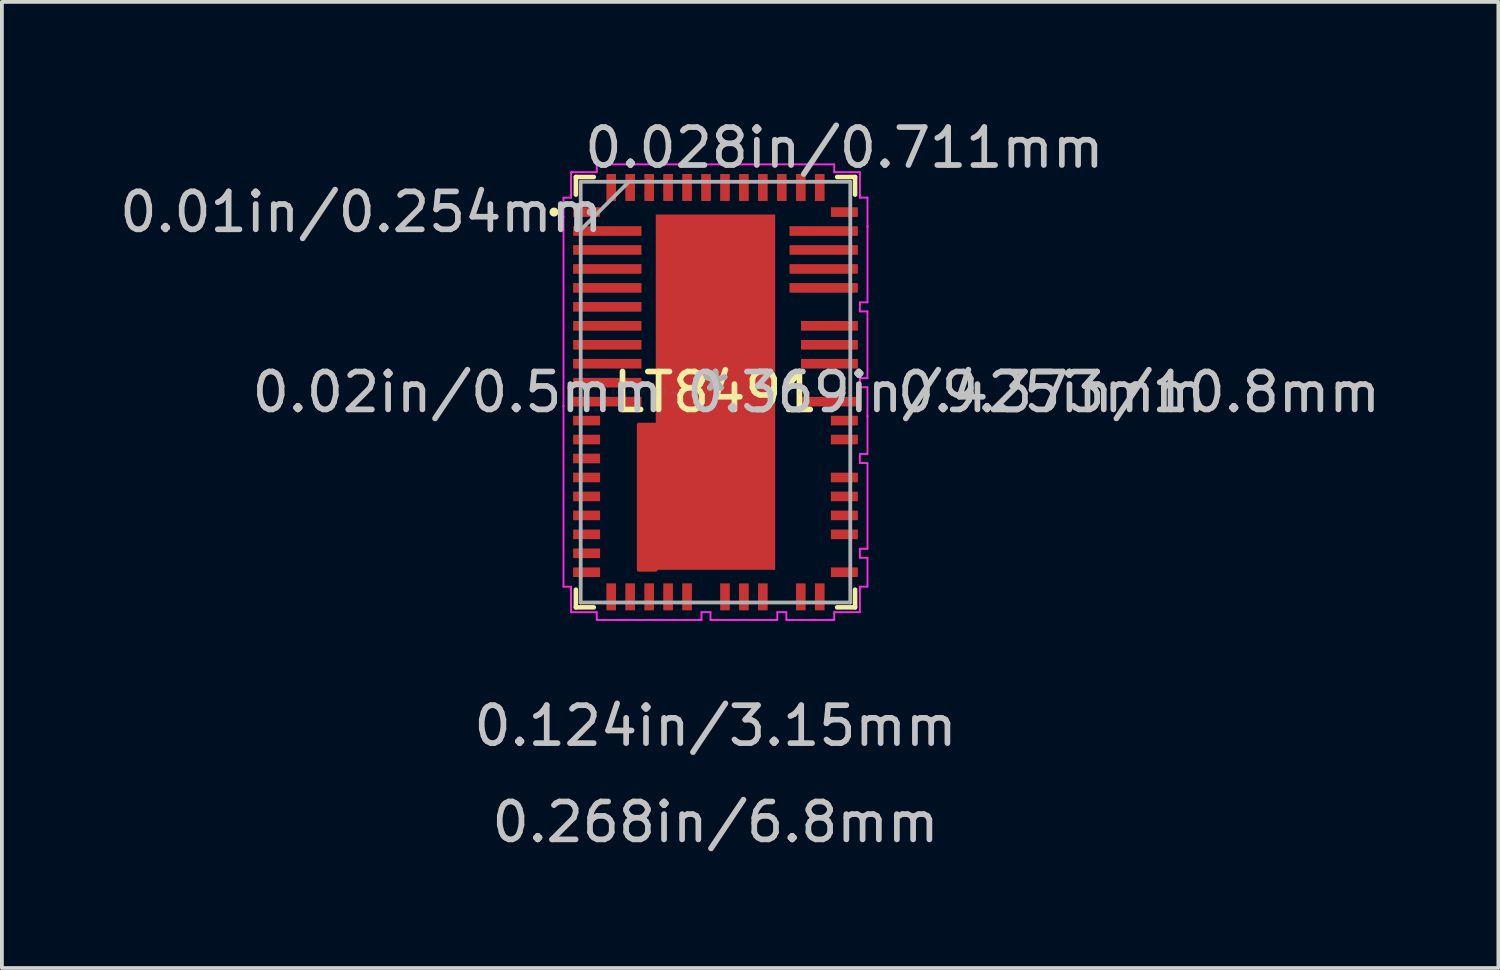
<source format=kicad_pcb>
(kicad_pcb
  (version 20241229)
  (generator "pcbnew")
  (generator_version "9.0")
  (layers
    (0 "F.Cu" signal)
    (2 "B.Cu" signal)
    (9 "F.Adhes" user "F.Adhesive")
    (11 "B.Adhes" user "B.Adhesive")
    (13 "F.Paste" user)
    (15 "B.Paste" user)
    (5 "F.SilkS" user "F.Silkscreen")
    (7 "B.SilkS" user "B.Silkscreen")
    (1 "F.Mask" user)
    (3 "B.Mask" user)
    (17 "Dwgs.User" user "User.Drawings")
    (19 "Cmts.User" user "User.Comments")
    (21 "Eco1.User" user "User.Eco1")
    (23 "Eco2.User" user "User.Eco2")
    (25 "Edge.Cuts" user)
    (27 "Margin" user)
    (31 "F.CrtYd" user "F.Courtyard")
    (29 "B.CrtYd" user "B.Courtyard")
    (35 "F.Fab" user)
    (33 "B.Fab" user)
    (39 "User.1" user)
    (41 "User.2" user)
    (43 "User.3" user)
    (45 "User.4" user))
  (footprint "LT8491"
    (layer "F.Cu")
    (at 15.826 7.296)
    (property "Reference" "LT8491" (at 0 0 0) (layer "F.SilkS") (effects (font (size 1 1) (thickness 0.15))))
    (attr through_hole)
    (fp_poly (pts (xy -1.575 4.686) (xy -2.025 4.686) (xy -2.025 0.856) (xy -1.575 0.856)) (stroke (width 0.1) (type solid)) (fill yes) (layer "F.Cu"))
    (fp_poly (pts (xy -1.575 4.686) (xy -2.025 4.686) (xy -2.025 0.856) (xy -1.575 0.856)) (stroke (width 0.1) (type solid)) (fill yes) (layer "F.Mask"))
    (fp_line (start -3.683 -5.677) (end -3.21 -5.677) (stroke (width 0.12) (type solid)) (layer "F.SilkS"))
    (fp_line (start -3.683 -5.211) (end -3.683 -5.677) (stroke (width 0.12) (type solid)) (layer "F.SilkS"))
    (fp_line (start -3.683 5.677) (end -3.683 5.211) (stroke (width 0.12) (type solid)) (layer "F.SilkS"))
    (fp_line (start -3.21 5.677) (end -3.683 5.677) (stroke (width 0.12) (type solid)) (layer "F.SilkS"))
    (fp_line (start 3.21 -5.677) (end 3.683 -5.677) (stroke (width 0.12) (type solid)) (layer "F.SilkS"))
    (fp_line (start 3.683 -5.677) (end 3.683 -5.211) (stroke (width 0.12) (type solid)) (layer "F.SilkS"))
    (fp_line (start 3.683 5.211) (end 3.683 5.677) (stroke (width 0.12) (type solid)) (layer "F.SilkS"))
    (fp_line (start 3.683 5.677) (end 3.21 5.677) (stroke (width 0.12) (type solid)) (layer "F.SilkS"))
    (fp_circle (center -4.26 -4.751) (end -4.26 -4.751) (stroke (width 0.12) (type solid)) (fill no) (layer "F.SilkS"))
    (fp_poly (pts (xy -1.575 4.686) (xy -2.025 4.686) (xy -2.025 0.856) (xy -1.575 0.856)) (stroke (width 0.1) (type solid)) (fill yes) (layer "F.Paste"))
    (fp_poly (pts (xy -1.475 -4.586) (xy -1.475 -3.447) (xy -0.1 -3.447) (xy -0.1 -4.586)) (stroke (width 0.1) (type solid)) (fill yes) (layer "F.Paste"))
    (fp_poly (pts (xy -1.475 -3.247) (xy -1.475 -2.108) (xy -0.1 -2.108) (xy -0.1 -3.247)) (stroke (width 0.1) (type solid)) (fill yes) (layer "F.Paste"))
    (fp_poly (pts (xy -1.475 -1.908) (xy -1.475 -0.769) (xy -0.1 -0.769) (xy -0.1 -1.908)) (stroke (width 0.1) (type solid)) (fill yes) (layer "F.Paste"))
    (fp_poly (pts (xy -1.475 -0.569) (xy -1.475 0.569) (xy -0.1 0.569) (xy -0.1 -0.569)) (stroke (width 0.1) (type solid)) (fill yes) (layer "F.Paste"))
    (fp_poly (pts (xy -1.475 0.769) (xy -1.475 1.908) (xy -0.1 1.908) (xy -0.1 0.769)) (stroke (width 0.1) (type solid)) (fill yes) (layer "F.Paste"))
    (fp_poly (pts (xy -1.475 2.108) (xy -1.475 3.247) (xy -0.1 3.247) (xy -0.1 2.108)) (stroke (width 0.1) (type solid)) (fill yes) (layer "F.Paste"))
    (fp_poly (pts (xy -1.475 3.447) (xy -1.475 4.586) (xy -0.1 4.586) (xy -0.1 3.447)) (stroke (width 0.1) (type solid)) (fill yes) (layer "F.Paste"))
    (fp_poly (pts (xy 0.1 -4.586) (xy 0.1 -3.447) (xy 1.475 -3.447) (xy 1.475 -4.586)) (stroke (width 0.1) (type solid)) (fill yes) (layer "F.Paste"))
    (fp_poly (pts (xy 0.1 -3.247) (xy 0.1 -2.108) (xy 1.475 -2.108) (xy 1.475 -3.247)) (stroke (width 0.1) (type solid)) (fill yes) (layer "F.Paste"))
    (fp_poly (pts (xy 0.1 -1.908) (xy 0.1 -0.769) (xy 1.475 -0.769) (xy 1.475 -1.908)) (stroke (width 0.1) (type solid)) (fill yes) (layer "F.Paste"))
    (fp_poly (pts (xy 0.1 -0.569) (xy 0.1 0.569) (xy 1.475 0.569) (xy 1.475 -0.569)) (stroke (width 0.1) (type solid)) (fill yes) (layer "F.Paste"))
    (fp_poly (pts (xy 0.1 0.769) (xy 0.1 1.908) (xy 1.475 1.908) (xy 1.475 0.769)) (stroke (width 0.1) (type solid)) (fill yes) (layer "F.Paste"))
    (fp_poly (pts (xy 0.1 2.108) (xy 0.1 3.247) (xy 1.475 3.247) (xy 1.475 2.108)) (stroke (width 0.1) (type solid)) (fill yes) (layer "F.Paste"))
    (fp_poly (pts (xy 0.1 3.447) (xy 0.1 4.586) (xy 1.475 4.586) (xy 1.475 3.447)) (stroke (width 0.1) (type solid)) (fill yes) (layer "F.Paste"))
    (fp_line (start -4.01 -4.632) (end -4.01 0.369) (stroke (width 0.05) (type solid)) (layer "F.CrtYd"))
    (fp_line (start -4.01 0.369) (end -4.01 0.369) (stroke (width 0.05) (type solid)) (layer "F.CrtYd"))
    (fp_line (start -4.01 -5.132) (end -4.01 -4.632) (stroke (width 0.05) (type solid)) (layer "F.CrtYd"))
    (fp_line (start -4.01 -4.632) (end -4.01 -4.632) (stroke (width 0.05) (type solid)) (layer "F.CrtYd"))
    (fp_line (start -4.01 0.369) (end -4.01 5.132) (stroke (width 0.05) (type solid)) (layer "F.CrtYd"))
    (fp_line (start -4.01 5.132) (end -3.81 5.132) (stroke (width 0.05) (type solid)) (layer "F.CrtYd"))
    (fp_line (start -3.81 -5.804) (end -3.81 -5.132) (stroke (width 0.05) (type solid)) (layer "F.CrtYd"))
    (fp_line (start -3.81 -5.132) (end -4.01 -5.132) (stroke (width 0.05) (type solid)) (layer "F.CrtYd"))
    (fp_line (start -3.81 5.132) (end -3.81 5.804) (stroke (width 0.05) (type solid)) (layer "F.CrtYd"))
    (fp_line (start -3.81 5.804) (end -3.132 5.804) (stroke (width 0.05) (type solid)) (layer "F.CrtYd"))
    (fp_line (start -3.132 -6.01) (end -3.132 -5.804) (stroke (width 0.05) (type solid)) (layer "F.CrtYd"))
    (fp_line (start -3.132 -5.804) (end -3.81 -5.804) (stroke (width 0.05) (type solid)) (layer "F.CrtYd"))
    (fp_line (start -3.132 5.804) (end -3.132 6.01) (stroke (width 0.05) (type solid)) (layer "F.CrtYd"))
    (fp_line (start -3.132 6.01) (end -0.369 6.01) (stroke (width 0.05) (type solid)) (layer "F.CrtYd"))
    (fp_line (start -0.369 5.804) (end -0.131 5.804) (stroke (width 0.05) (type solid)) (layer "F.CrtYd"))
    (fp_line (start -0.369 6.01) (end -0.369 5.804) (stroke (width 0.05) (type solid)) (layer "F.CrtYd"))
    (fp_line (start -0.131 5.804) (end -0.131 6.01) (stroke (width 0.05) (type solid)) (layer "F.CrtYd"))
    (fp_line (start -0.131 6.01) (end 1.631 6.01) (stroke (width 0.05) (type solid)) (layer "F.CrtYd"))
    (fp_line (start 1.631 5.804) (end 1.87 5.804) (stroke (width 0.05) (type solid)) (layer "F.CrtYd"))
    (fp_line (start 1.631 6.01) (end 1.631 5.804) (stroke (width 0.05) (type solid)) (layer "F.CrtYd"))
    (fp_line (start 1.87 5.804) (end 1.87 6.01) (stroke (width 0.05) (type solid)) (layer "F.CrtYd"))
    (fp_line (start 1.87 6.01) (end 3.132 6.01) (stroke (width 0.05) (type solid)) (layer "F.CrtYd"))
    (fp_line (start 3.132 -6.01) (end -3.132 -6.01) (stroke (width 0.05) (type solid)) (layer "F.CrtYd"))
    (fp_line (start 3.132 -5.804) (end 3.132 -6.01) (stroke (width 0.05) (type solid)) (layer "F.CrtYd"))
    (fp_line (start 3.132 5.804) (end 3.81 5.804) (stroke (width 0.05) (type solid)) (layer "F.CrtYd"))
    (fp_line (start 3.132 6.01) (end 3.132 5.804) (stroke (width 0.05) (type solid)) (layer "F.CrtYd"))
    (fp_line (start 3.81 -5.804) (end 3.132 -5.804) (stroke (width 0.05) (type solid)) (layer "F.CrtYd"))
    (fp_line (start 3.81 -5.132) (end 3.81 -5.804) (stroke (width 0.05) (type solid)) (layer "F.CrtYd"))
    (fp_line (start 3.81 -2.37) (end 4.01 -2.37) (stroke (width 0.05) (type solid)) (layer "F.CrtYd"))
    (fp_line (start 3.81 -2.131) (end 3.81 -2.37) (stroke (width 0.05) (type solid)) (layer "F.CrtYd"))
    (fp_line (start 3.81 -0.369) (end 4.009 -0.369) (stroke (width 0.05) (type solid)) (layer "F.CrtYd"))
    (fp_line (start 3.81 -0.131) (end 3.81 -0.369) (stroke (width 0.05) (type solid)) (layer "F.CrtYd"))
    (fp_line (start 3.81 1.631) (end 4.01 1.631) (stroke (width 0.05) (type solid)) (layer "F.CrtYd"))
    (fp_line (start 3.81 1.87) (end 3.81 1.631) (stroke (width 0.05) (type solid)) (layer "F.CrtYd"))
    (fp_line (start 3.81 4.132) (end 4.01 4.132) (stroke (width 0.05) (type solid)) (layer "F.CrtYd"))
    (fp_line (start 3.81 4.37) (end 3.81 4.132) (stroke (width 0.05) (type solid)) (layer "F.CrtYd"))
    (fp_line (start 3.81 5.132) (end 4.01 5.132) (stroke (width 0.05) (type solid)) (layer "F.CrtYd"))
    (fp_line (start 3.81 5.804) (end 3.81 5.132) (stroke (width 0.05) (type solid)) (layer "F.CrtYd"))
    (fp_line (start 4.009 -2.131) (end 3.81 -2.131) (stroke (width 0.05) (type solid)) (layer "F.CrtYd"))
    (fp_line (start 4.009 -0.369) (end 4.009 -2.131) (stroke (width 0.05) (type solid)) (layer "F.CrtYd"))
    (fp_line (start 4.009 -0.131) (end 3.81 -0.131) (stroke (width 0.05) (type solid)) (layer "F.CrtYd"))
    (fp_line (start 4.009 0.631) (end 4.009 -0.131) (stroke (width 0.05) (type solid)) (layer "F.CrtYd"))
    (fp_line (start 4.01 -5.132) (end 3.81 -5.132) (stroke (width 0.05) (type solid)) (layer "F.CrtYd"))
    (fp_line (start 4.01 -4.37) (end 4.01 -5.132) (stroke (width 0.05) (type solid)) (layer "F.CrtYd"))
    (fp_line (start 4.01 0.631) (end 4.009 0.631) (stroke (width 0.05) (type solid)) (layer "F.CrtYd"))
    (fp_line (start 4.01 1.631) (end 4.01 0.631) (stroke (width 0.05) (type solid)) (layer "F.CrtYd"))
    (fp_line (start 4.01 1.87) (end 3.81 1.87) (stroke (width 0.05) (type solid)) (layer "F.CrtYd"))
    (fp_line (start 4.01 4.132) (end 4.01 1.87) (stroke (width 0.05) (type solid)) (layer "F.CrtYd"))
    (fp_line (start 4.01 4.37) (end 3.81 4.37) (stroke (width 0.05) (type solid)) (layer "F.CrtYd"))
    (fp_line (start 4.01 5.132) (end 4.01 4.37) (stroke (width 0.05) (type solid)) (layer "F.CrtYd"))
    (fp_line (start 4.01 -4.37) (end 4.01 -4.37) (stroke (width 0.05) (type solid)) (layer "F.CrtYd"))
    (fp_line (start 4.01 -2.37) (end 4.01 -4.37) (stroke (width 0.05) (type solid)) (layer "F.CrtYd"))
    (fp_line (start -3.556 -5.55) (end -3.556 5.55) (stroke (width 0.1) (type solid)) (layer "F.Fab"))
    (fp_line (start -3.556 -4.28) (end -2.286 -5.55) (stroke (width 0.1) (type solid)) (layer "F.Fab"))
    (fp_line (start -3.556 5.55) (end 3.556 5.55) (stroke (width 0.1) (type solid)) (layer "F.Fab"))
    (fp_line (start 3.556 -5.55) (end -3.556 -5.55) (stroke (width 0.1) (type solid)) (layer "F.Fab"))
    (fp_line (start 3.556 5.55) (end 3.556 -5.55) (stroke (width 0.1) (type solid)) (layer "F.Fab"))
    (fp_circle (center -3.298 -4.751) (end -3.298 -4.751) (stroke (width 0.1) (type solid)) (fill no) (layer "F.Fab"))
    (fp_text user "*" (at 0 0 0) (layer "F.SilkS") (effects (font (size 1 1) (thickness 0.15))))
    (fp_text user "0.124in/3.15mm" (at 0 8.804 0) (layer "Dwgs.User") (effects (font (size 1 1) (thickness 0.15))))
    (fp_text user "0.369in/9.373mm" (at 6.092 0 0) (layer "Dwgs.User") (effects (font (size 1 1) (thickness 0.15))))
    (fp_text user "0.268in/6.8mm" (at 0 11.344 0) (layer "Dwgs.User") (effects (font (size 1 1) (thickness 0.15))))
    (fp_text user "0.028in/0.711mm" (at 3.4 -6.448 0) (layer "Dwgs.User") (effects (font (size 1 1) (thickness 0.15))))
    (fp_text user "0.01in/0.254mm" (at -9.344 -4.751 0) (layer "Dwgs.User") (effects (font (size 1 1) (thickness 0.15))))
    (fp_text user "0.425in/10.8mm" (at 11.172 0 0) (layer "Dwgs.User") (effects (font (size 1 1) (thickness 0.15))))
    (fp_text user "0.02in/0.5mm" (at -6.804 0 0) (layer "Dwgs.User") (effects (font (size 1 1) (thickness 0.15))))
    (fp_text user "Copyright 2021 Accelerated Designs. All rights reserved." (at 0 0 0) (layer "Cmts.User") (effects (font (size 0.127 0.127) (thickness 0.002))))
    (fp_text user "*" (at 0 0 0) (layer "F.Fab") (effects (font (size 1 1) (thickness 0.15))))
    (pad "1" smd rect (at -3.4 -4.751) (size 0.711 0.254) (layers "F.Cu" "F.Mask" "F.Paste"))
    (pad "2" smd rect (at -2.854 -4.251) (size 1.803 0.254) (layers "F.Cu" "F.Mask" "F.Paste"))
    (pad "3" smd rect (at -2.854 -3.751) (size 1.803 0.254) (layers "F.Cu" "F.Mask" "F.Paste"))
    (pad "4" smd rect (at -2.854 -3.251) (size 1.803 0.254) (layers "F.Cu" "F.Mask" "F.Paste"))
    (pad "5" smd rect (at -2.854 -2.751) (size 1.803 0.254) (layers "F.Cu" "F.Mask" "F.Paste"))
    (pad "6" smd rect (at -2.854 -2.251) (size 1.803 0.254) (layers "F.Cu" "F.Mask" "F.Paste"))
    (pad "7" smd rect (at -2.854 -1.75) (size 1.803 0.254) (layers "F.Cu" "F.Mask" "F.Paste"))
    (pad "8" smd rect (at -2.854 -1.25) (size 1.803 0.254) (layers "F.Cu" "F.Mask" "F.Paste"))
    (pad "9" smd rect (at -2.854 -0.75) (size 1.803 0.254) (layers "F.Cu" "F.Mask" "F.Paste"))
    (pad "10" smd rect (at -2.854 -0.25) (size 1.803 0.254) (layers "F.Cu" "F.Mask" "F.Paste"))
    (pad "11" smd rect (at -2.854 0.25) (size 1.803 0.254) (layers "F.Cu" "F.Mask" "F.Paste"))
    (pad "12" smd rect (at -3.4 0.75) (size 0.711 0.254) (layers "F.Cu" "F.Mask" "F.Paste"))
    (pad "13" smd rect (at -3.4 1.25) (size 0.711 0.254) (layers "F.Cu" "F.Mask" "F.Paste"))
    (pad "14" smd rect (at -3.4 1.75) (size 0.711 0.254) (layers "F.Cu" "F.Mask" "F.Paste"))
    (pad "15" smd rect (at -3.4 2.251) (size 0.711 0.254) (layers "F.Cu" "F.Mask" "F.Paste"))
    (pad "16" smd rect (at -3.4 2.751) (size 0.711 0.254) (layers "F.Cu" "F.Mask" "F.Paste"))
    (pad "17" smd rect (at -3.4 3.251) (size 0.711 0.254) (layers "F.Cu" "F.Mask" "F.Paste"))
    (pad "18" smd rect (at -3.4 3.751) (size 0.711 0.254) (layers "F.Cu" "F.Mask" "F.Paste"))
    (pad "19" smd rect (at -3.4 4.251) (size 0.711 0.254) (layers "F.Cu" "F.Mask" "F.Paste"))
    (pad "20" smd rect (at -3.4 4.751) (size 0.711 0.254) (layers "F.Cu" "F.Mask" "F.Paste"))
    (pad "21" smd rect (at -2.751 5.4 90) (size 0.711 0.254) (layers "F.Cu" "F.Mask" "F.Paste"))
    (pad "22" smd rect (at -2.251 5.4 90) (size 0.711 0.254) (layers "F.Cu" "F.Mask" "F.Paste"))
    (pad "23" smd rect (at -1.75 5.4 90) (size 0.711 0.254) (layers "F.Cu" "F.Mask" "F.Paste"))
    (pad "24" smd rect (at -1.25 5.4 90) (size 0.711 0.254) (layers "F.Cu" "F.Mask" "F.Paste"))
    (pad "25" smd rect (at -0.75 5.4 90) (size 0.711 0.254) (layers "F.Cu" "F.Mask" "F.Paste"))
    (pad "27" smd rect (at 0.25 5.4 90) (size 0.711 0.254) (layers "F.Cu" "F.Mask" "F.Paste"))
    (pad "28" smd rect (at 0.75 5.4 90) (size 0.711 0.254) (layers "F.Cu" "F.Mask" "F.Paste"))
    (pad "29" smd rect (at 1.25 5.4 90) (size 0.711 0.254) (layers "F.Cu" "F.Mask" "F.Paste"))
    (pad "31" smd rect (at 2.251 5.4 90) (size 0.711 0.254) (layers "F.Cu" "F.Mask" "F.Paste"))
    (pad "32" smd rect (at 2.751 5.4 90) (size 0.711 0.254) (layers "F.Cu" "F.Mask" "F.Paste"))
    (pad "33" smd rect (at 3.4 4.751) (size 0.711 0.254) (layers "F.Cu" "F.Mask" "F.Paste"))
    (pad "35" smd rect (at 3.4 3.751) (size 0.711 0.254) (layers "F.Cu" "F.Mask" "F.Paste"))
    (pad "36" smd rect (at 3.4 3.251) (size 0.711 0.254) (layers "F.Cu" "F.Mask" "F.Paste"))
    (pad "37" smd rect (at 3.4 2.751) (size 0.711 0.254) (layers "F.Cu" "F.Mask" "F.Paste"))
    (pad "38" smd rect (at 3.4 2.251) (size 0.711 0.254) (layers "F.Cu" "F.Mask" "F.Paste"))
    (pad "40" smd rect (at 3.4 1.25) (size 0.711 0.254) (layers "F.Cu" "F.Mask" "F.Paste"))
    (pad "41" smd rect (at 3.4 0.75) (size 0.711 0.254) (layers "F.Cu" "F.Mask" "F.Paste"))
    (pad "42" smd rect (at 3.006 0.25) (size 1.499 0.254) (layers "F.Cu" "F.Mask" "F.Paste"))
    (pad "44" smd rect (at 3.006 -0.75) (size 1.499 0.254) (layers "F.Cu" "F.Mask" "F.Paste"))
    (pad "45" smd rect (at 3.006 -1.25) (size 1.499 0.254) (layers "F.Cu" "F.Mask" "F.Paste"))
    (pad "46" smd rect (at 3.006 -1.75) (size 1.499 0.254) (layers "F.Cu" "F.Mask" "F.Paste"))
    (pad "48" smd rect (at 2.854 -2.751) (size 1.803 0.254) (layers "F.Cu" "F.Mask" "F.Paste"))
    (pad "49" smd rect (at 2.854 -3.251) (size 1.803 0.254) (layers "F.Cu" "F.Mask" "F.Paste"))
    (pad "50" smd rect (at 2.854 -3.751) (size 1.803 0.254) (layers "F.Cu" "F.Mask" "F.Paste"))
    (pad "51" smd rect (at 2.854 -4.251) (size 1.803 0.254) (layers "F.Cu" "F.Mask" "F.Paste"))
    (pad "52" smd rect (at 3.4 -4.751) (size 0.711 0.254) (layers "F.Cu" "F.Mask" "F.Paste"))
    (pad "53" smd rect (at 2.751 -5.4 90) (size 0.711 0.254) (layers "F.Cu" "F.Mask" "F.Paste"))
    (pad "54" smd rect (at 2.251 -5.4 90) (size 0.711 0.254) (layers "F.Cu" "F.Mask" "F.Paste"))
    (pad "55" smd rect (at 1.75 -5.4 90) (size 0.711 0.254) (layers "F.Cu" "F.Mask" "F.Paste"))
    (pad "56" smd rect (at 1.25 -5.4 90) (size 0.711 0.254) (layers "F.Cu" "F.Mask" "F.Paste"))
    (pad "57" smd rect (at 0.75 -5.4 90) (size 0.711 0.254) (layers "F.Cu" "F.Mask" "F.Paste"))
    (pad "58" smd rect (at 0.25 -5.4 90) (size 0.711 0.254) (layers "F.Cu" "F.Mask" "F.Paste"))
    (pad "59" smd rect (at -0.25 -5.4 90) (size 0.711 0.254) (layers "F.Cu" "F.Mask" "F.Paste"))
    (pad "60" smd rect (at -0.75 -5.4 90) (size 0.711 0.254) (layers "F.Cu" "F.Mask" "F.Paste"))
    (pad "61" smd rect (at -1.25 -5.4 90) (size 0.711 0.254) (layers "F.Cu" "F.Mask" "F.Paste"))
    (pad "62" smd rect (at -1.75 -5.4 90) (size 0.711 0.254) (layers "F.Cu" "F.Mask" "F.Paste"))
    (pad "63" smd rect (at -2.251 -5.4 90) (size 0.711 0.254) (layers "F.Cu" "F.Mask" "F.Paste"))
    (pad "64" smd rect (at -2.751 -5.4 90) (size 0.711 0.254) (layers "F.Cu" "F.Mask" "F.Paste"))
    (pad "65" smd rect (at 0 0) (size 3.15 9.373) (layers "F.Cu" "F.Mask")))
  (gr_rect
    (start -3 -3)
    (end 36.48 22.488)
    (stroke (width 0.1) (type default))
    (fill no)
    (layer "Edge.Cuts")))
</source>
